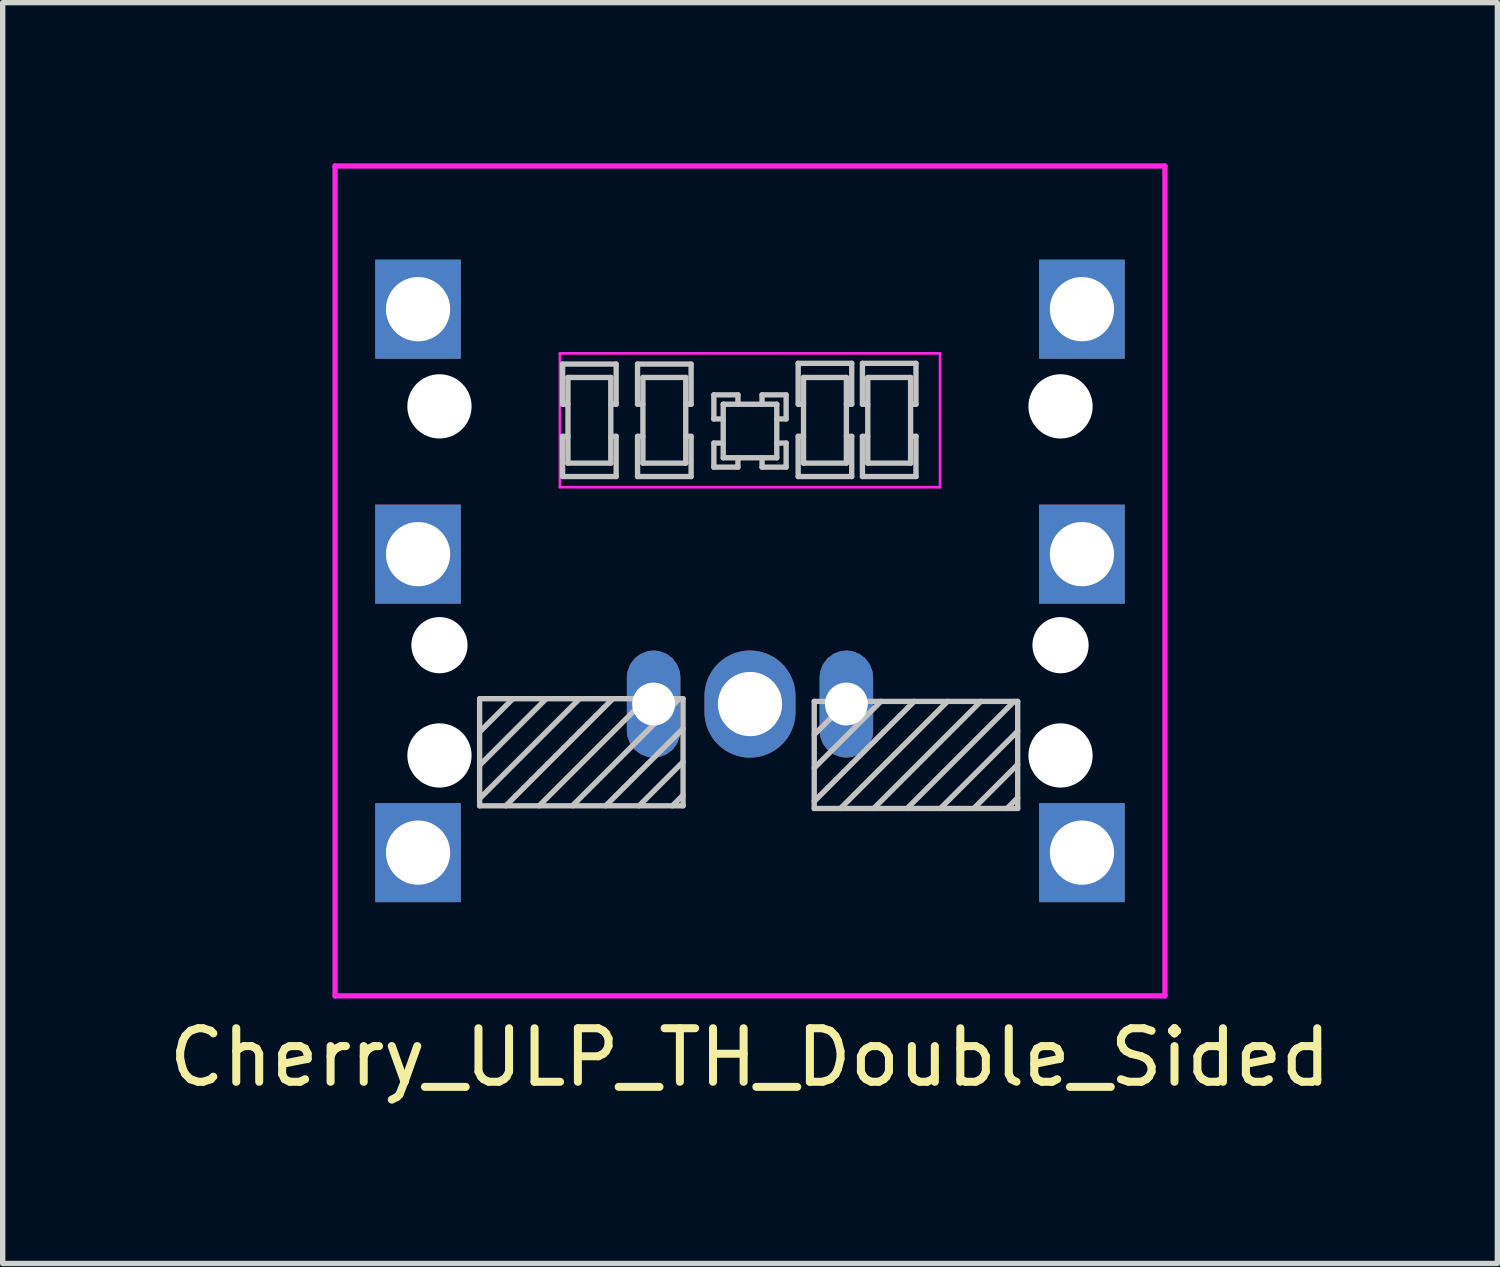
<source format=kicad_pcb>
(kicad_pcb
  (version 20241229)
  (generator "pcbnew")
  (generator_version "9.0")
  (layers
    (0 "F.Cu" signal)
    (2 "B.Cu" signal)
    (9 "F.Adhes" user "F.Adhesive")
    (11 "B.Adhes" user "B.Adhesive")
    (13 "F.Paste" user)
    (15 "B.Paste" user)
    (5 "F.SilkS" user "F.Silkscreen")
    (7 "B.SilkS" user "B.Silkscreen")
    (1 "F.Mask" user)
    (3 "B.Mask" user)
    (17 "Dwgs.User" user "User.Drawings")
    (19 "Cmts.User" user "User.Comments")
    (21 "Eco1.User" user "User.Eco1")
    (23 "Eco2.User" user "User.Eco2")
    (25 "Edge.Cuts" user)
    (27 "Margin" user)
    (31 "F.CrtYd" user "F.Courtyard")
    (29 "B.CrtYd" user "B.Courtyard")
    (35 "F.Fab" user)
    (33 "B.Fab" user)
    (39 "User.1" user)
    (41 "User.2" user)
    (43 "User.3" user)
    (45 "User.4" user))
  (footprint "Cherry_ULP_TH_Double_Sided"
    (layer "F.Cu")
    (at 10.958 7.8)
    (property "Reference" "Cherry_ULP_TH_Double_Sided" (at 0 8.9 0) (layer "F.SilkS") (effects (font (size 1 1) (thickness 0.15))))
    (attr through_hole)
    (fp_line (start -5.05 2.2) (end -1.25 2.2) (stroke (width 0.1) (type solid)) (layer "Dwgs.User"))
    (fp_line (start -5.05 2.822) (end -4.428 2.2) (stroke (width 0.1) (type solid)) (layer "Dwgs.User"))
    (fp_line (start -5.05 3.444) (end -3.806 2.2) (stroke (width 0.1) (type solid)) (layer "Dwgs.User"))
    (fp_line (start -5.05 4.066) (end -3.184 2.2) (stroke (width 0.1) (type solid)) (layer "Dwgs.User"))
    (fp_line (start -5.05 4.2) (end -5.05 2.2) (stroke (width 0.1) (type solid)) (layer "Dwgs.User"))
    (fp_line (start -4.561 4.2) (end -2.561 2.2) (stroke (width 0.1) (type solid)) (layer "Dwgs.User"))
    (fp_line (start -3.939 4.2) (end -1.939 2.2) (stroke (width 0.1) (type solid)) (layer "Dwgs.User"))
    (fp_line (start -3.5 -4.05) (end -3.5 -3.3) (stroke (width 0.1) (type solid)) (layer "Dwgs.User"))
    (fp_line (start -3.5 -3.3) (end -3.4 -3.3) (stroke (width 0.1) (type solid)) (layer "Dwgs.User"))
    (fp_line (start -3.5 -2.7) (end -3.5 -1.95) (stroke (width 0.1) (type solid)) (layer "Dwgs.User"))
    (fp_line (start -3.5 -1.95) (end -2.5 -1.95) (stroke (width 0.1) (type solid)) (layer "Dwgs.User"))
    (fp_line (start -3.4 -3.8) (end -3.4 -2.2) (stroke (width 0.1) (type solid)) (layer "Dwgs.User"))
    (fp_line (start -3.4 -2.7) (end -3.5 -2.7) (stroke (width 0.1) (type solid)) (layer "Dwgs.User"))
    (fp_line (start -3.4 -2.2) (end -2.6 -2.2) (stroke (width 0.1) (type solid)) (layer "Dwgs.User"))
    (fp_line (start -3.317 4.2) (end -1.317 2.2) (stroke (width 0.1) (type solid)) (layer "Dwgs.User"))
    (fp_line (start -2.695 4.2) (end -1.25 2.756) (stroke (width 0.1) (type solid)) (layer "Dwgs.User"))
    (fp_line (start -2.6 -3.8) (end -3.4 -3.8) (stroke (width 0.1) (type solid)) (layer "Dwgs.User"))
    (fp_line (start -2.6 -3.3) (end -2.5 -3.3) (stroke (width 0.1) (type solid)) (layer "Dwgs.User"))
    (fp_line (start -2.6 -2.2) (end -2.6 -3.8) (stroke (width 0.1) (type solid)) (layer "Dwgs.User"))
    (fp_line (start -2.5 -4.05) (end -3.5 -4.05) (stroke (width 0.1) (type solid)) (layer "Dwgs.User"))
    (fp_line (start -2.5 -3.3) (end -2.5 -4.05) (stroke (width 0.1) (type solid)) (layer "Dwgs.User"))
    (fp_line (start -2.5 -2.7) (end -2.6 -2.7) (stroke (width 0.1) (type solid)) (layer "Dwgs.User"))
    (fp_line (start -2.5 -1.95) (end -2.5 -2.7) (stroke (width 0.1) (type solid)) (layer "Dwgs.User"))
    (fp_line (start -2.1 -4.05) (end -2.1 -3.3) (stroke (width 0.1) (type solid)) (layer "Dwgs.User"))
    (fp_line (start -2.1 -3.3) (end -2 -3.3) (stroke (width 0.1) (type solid)) (layer "Dwgs.User"))
    (fp_line (start -2.1 -2.7) (end -2.1 -1.95) (stroke (width 0.1) (type solid)) (layer "Dwgs.User"))
    (fp_line (start -2.1 -1.95) (end -1.1 -1.95) (stroke (width 0.1) (type solid)) (layer "Dwgs.User"))
    (fp_line (start -2.072 4.2) (end -1.25 3.378) (stroke (width 0.1) (type solid)) (layer "Dwgs.User"))
    (fp_line (start -2 -3.8) (end -2 -2.2) (stroke (width 0.1) (type solid)) (layer "Dwgs.User"))
    (fp_line (start -2 -2.7) (end -2.1 -2.7) (stroke (width 0.1) (type solid)) (layer "Dwgs.User"))
    (fp_line (start -2 -2.2) (end -1.2 -2.2) (stroke (width 0.1) (type solid)) (layer "Dwgs.User"))
    (fp_line (start -1.45 4.2) (end -1.25 4) (stroke (width 0.1) (type solid)) (layer "Dwgs.User"))
    (fp_line (start -1.25 2.2) (end -1.25 4.2) (stroke (width 0.1) (type solid)) (layer "Dwgs.User"))
    (fp_line (start -1.25 4.2) (end -5.05 4.2) (stroke (width 0.1) (type solid)) (layer "Dwgs.User"))
    (fp_line (start -1.2 -3.8) (end -2 -3.8) (stroke (width 0.1) (type solid)) (layer "Dwgs.User"))
    (fp_line (start -1.2 -3.3) (end -1.1 -3.3) (stroke (width 0.1) (type solid)) (layer "Dwgs.User"))
    (fp_line (start -1.2 -2.2) (end -1.2 -3.8) (stroke (width 0.1) (type solid)) (layer "Dwgs.User"))
    (fp_line (start -1.1 -4.05) (end -2.1 -4.05) (stroke (width 0.1) (type solid)) (layer "Dwgs.User"))
    (fp_line (start -1.1 -3.3) (end -1.1 -4.05) (stroke (width 0.1) (type solid)) (layer "Dwgs.User"))
    (fp_line (start -1.1 -2.7) (end -1.2 -2.7) (stroke (width 0.1) (type solid)) (layer "Dwgs.User"))
    (fp_line (start -1.1 -1.95) (end -1.1 -2.7) (stroke (width 0.1) (type solid)) (layer "Dwgs.User"))
    (fp_line (start -0.675 -3.475) (end -0.675 -3.025) (stroke (width 0.1) (type solid)) (layer "Dwgs.User"))
    (fp_line (start -0.675 -3.025) (end -0.5 -3.025) (stroke (width 0.1) (type solid)) (layer "Dwgs.User"))
    (fp_line (start -0.675 -2.575) (end -0.675 -2.125) (stroke (width 0.1) (type solid)) (layer "Dwgs.User"))
    (fp_line (start -0.675 -2.125) (end -0.225 -2.125) (stroke (width 0.1) (type solid)) (layer "Dwgs.User"))
    (fp_line (start -0.5 -3.3) (end -0.5 -2.3) (stroke (width 0.1) (type solid)) (layer "Dwgs.User"))
    (fp_line (start -0.5 -2.575) (end -0.675 -2.575) (stroke (width 0.1) (type solid)) (layer "Dwgs.User"))
    (fp_line (start -0.5 -2.3) (end 0.5 -2.3) (stroke (width 0.1) (type solid)) (layer "Dwgs.User"))
    (fp_line (start -0.225 -3.475) (end -0.675 -3.475) (stroke (width 0.1) (type solid)) (layer "Dwgs.User"))
    (fp_line (start -0.225 -3.3) (end -0.225 -3.475) (stroke (width 0.1) (type solid)) (layer "Dwgs.User"))
    (fp_line (start -0.225 -2.125) (end -0.225 -2.3) (stroke (width 0.1) (type solid)) (layer "Dwgs.User"))
    (fp_line (start 0.225 -3.475) (end 0.225 -3.3) (stroke (width 0.1) (type solid)) (layer "Dwgs.User"))
    (fp_line (start 0.225 -2.3) (end 0.225 -2.125) (stroke (width 0.1) (type solid)) (layer "Dwgs.User"))
    (fp_line (start 0.225 -2.125) (end 0.675 -2.125) (stroke (width 0.1) (type solid)) (layer "Dwgs.User"))
    (fp_line (start 0.5 -3.3) (end -0.5 -3.3) (stroke (width 0.1) (type solid)) (layer "Dwgs.User"))
    (fp_line (start 0.5 -3.025) (end 0.675 -3.025) (stroke (width 0.1) (type solid)) (layer "Dwgs.User"))
    (fp_line (start 0.5 -2.3) (end 0.5 -3.3) (stroke (width 0.1) (type solid)) (layer "Dwgs.User"))
    (fp_line (start 0.675 -3.475) (end 0.225 -3.475) (stroke (width 0.1) (type solid)) (layer "Dwgs.User"))
    (fp_line (start 0.675 -3.025) (end 0.675 -3.475) (stroke (width 0.1) (type solid)) (layer "Dwgs.User"))
    (fp_line (start 0.675 -2.575) (end 0.5 -2.575) (stroke (width 0.1) (type solid)) (layer "Dwgs.User"))
    (fp_line (start 0.675 -2.125) (end 0.675 -2.575) (stroke (width 0.1) (type solid)) (layer "Dwgs.User"))
    (fp_line (start 0.9 -4.064) (end 0.9 -3.3) (stroke (width 0.1) (type solid)) (layer "Dwgs.User"))
    (fp_line (start 0.9 -3.3) (end 1 -3.3) (stroke (width 0.1) (type solid)) (layer "Dwgs.User"))
    (fp_line (start 0.9 -2.7) (end 0.9 -1.95) (stroke (width 0.1) (type solid)) (layer "Dwgs.User"))
    (fp_line (start 0.9 -1.95) (end 1.9 -1.95) (stroke (width 0.1) (type solid)) (layer "Dwgs.User"))
    (fp_line (start 1 -3.8) (end 1 -2.2) (stroke (width 0.1) (type solid)) (layer "Dwgs.User"))
    (fp_line (start 1 -2.7) (end 0.9 -2.7) (stroke (width 0.1) (type solid)) (layer "Dwgs.User"))
    (fp_line (start 1 -2.2) (end 1.8 -2.2) (stroke (width 0.1) (type solid)) (layer "Dwgs.User"))
    (fp_line (start 1.2 2.25) (end 5 2.25) (stroke (width 0.1) (type solid)) (layer "Dwgs.User"))
    (fp_line (start 1.2 2.872) (end 1.822 2.25) (stroke (width 0.1) (type solid)) (layer "Dwgs.User"))
    (fp_line (start 1.2 3.495) (end 2.445 2.25) (stroke (width 0.1) (type solid)) (layer "Dwgs.User"))
    (fp_line (start 1.2 4.117) (end 3.067 2.25) (stroke (width 0.1) (type solid)) (layer "Dwgs.User"))
    (fp_line (start 1.2 4.25) (end 1.2 2.25) (stroke (width 0.1) (type solid)) (layer "Dwgs.User"))
    (fp_line (start 1.689 4.25) (end 3.689 2.25) (stroke (width 0.1) (type solid)) (layer "Dwgs.User"))
    (fp_line (start 1.8 -3.8) (end 1 -3.8) (stroke (width 0.1) (type solid)) (layer "Dwgs.User"))
    (fp_line (start 1.8 -3.3) (end 1.9 -3.3) (stroke (width 0.1) (type solid)) (layer "Dwgs.User"))
    (fp_line (start 1.8 -2.2) (end 1.8 -3.8) (stroke (width 0.1) (type solid)) (layer "Dwgs.User"))
    (fp_line (start 1.9 -4.064) (end 0.9 -4.064) (stroke (width 0.1) (type solid)) (layer "Dwgs.User"))
    (fp_line (start 1.9 -3.3) (end 1.9 -4.064) (stroke (width 0.1) (type solid)) (layer "Dwgs.User"))
    (fp_line (start 1.9 -2.7) (end 1.8 -2.7) (stroke (width 0.1) (type solid)) (layer "Dwgs.User"))
    (fp_line (start 1.9 -1.95) (end 1.9 -2.7) (stroke (width 0.1) (type solid)) (layer "Dwgs.User"))
    (fp_line (start 2.1 -4.064) (end 2.1 -3.3) (stroke (width 0.1) (type solid)) (layer "Dwgs.User"))
    (fp_line (start 2.1 -3.3) (end 2.2 -3.3) (stroke (width 0.1) (type solid)) (layer "Dwgs.User"))
    (fp_line (start 2.1 -2.7) (end 2.1 -1.95) (stroke (width 0.1) (type solid)) (layer "Dwgs.User"))
    (fp_line (start 2.1 -1.95) (end 3.1 -1.95) (stroke (width 0.1) (type solid)) (layer "Dwgs.User"))
    (fp_line (start 2.2 -3.8) (end 2.2 -2.2) (stroke (width 0.1) (type solid)) (layer "Dwgs.User"))
    (fp_line (start 2.2 -2.7) (end 2.1 -2.7) (stroke (width 0.1) (type solid)) (layer "Dwgs.User"))
    (fp_line (start 2.2 -2.2) (end 3 -2.2) (stroke (width 0.1) (type solid)) (layer "Dwgs.User"))
    (fp_line (start 2.311 4.25) (end 4.311 2.25) (stroke (width 0.1) (type solid)) (layer "Dwgs.User"))
    (fp_line (start 2.934 4.25) (end 4.934 2.25) (stroke (width 0.1) (type solid)) (layer "Dwgs.User"))
    (fp_line (start 3 -3.8) (end 2.2 -3.8) (stroke (width 0.1) (type solid)) (layer "Dwgs.User"))
    (fp_line (start 3 -3.3) (end 3.1 -3.3) (stroke (width 0.1) (type solid)) (layer "Dwgs.User"))
    (fp_line (start 3 -2.2) (end 3 -3.8) (stroke (width 0.1) (type solid)) (layer "Dwgs.User"))
    (fp_line (start 3.1 -4.064) (end 2.1 -4.064) (stroke (width 0.1) (type solid)) (layer "Dwgs.User"))
    (fp_line (start 3.1 -3.3) (end 3.1 -4.064) (stroke (width 0.1) (type solid)) (layer "Dwgs.User"))
    (fp_line (start 3.1 -2.7) (end 3 -2.7) (stroke (width 0.1) (type solid)) (layer "Dwgs.User"))
    (fp_line (start 3.1 -1.95) (end 3.1 -2.7) (stroke (width 0.1) (type solid)) (layer "Dwgs.User"))
    (fp_line (start 3.556 4.25) (end 5 2.806) (stroke (width 0.1) (type solid)) (layer "Dwgs.User"))
    (fp_line (start 4.178 4.25) (end 5 3.428) (stroke (width 0.1) (type solid)) (layer "Dwgs.User"))
    (fp_line (start 4.8 4.25) (end 5 4.05) (stroke (width 0.1) (type solid)) (layer "Dwgs.User"))
    (fp_line (start 5 2.25) (end 5 4.25) (stroke (width 0.1) (type solid)) (layer "Dwgs.User"))
    (fp_line (start 5 4.25) (end 1.2 4.25) (stroke (width 0.1) (type solid)) (layer "Dwgs.User"))
    (fp_line (start -7.75 -7.75) (end -7.75 7.75) (stroke (width 0.1) (type solid)) (layer "F.CrtYd"))
    (fp_line (start -7.75 7.75) (end 7.75 7.75) (stroke (width 0.1) (type solid)) (layer "F.CrtYd"))
    (fp_line (start -3.55 -4.25) (end -3.55 -1.75) (stroke (width 0.05) (type solid)) (layer "F.CrtYd"))
    (fp_line (start -3.55 -1.75) (end 3.55 -1.75) (stroke (width 0.05) (type solid)) (layer "F.CrtYd"))
    (fp_line (start 3.55 -4.25) (end -3.55 -4.25) (stroke (width 0.05) (type solid)) (layer "F.CrtYd"))
    (fp_line (start 3.55 -1.75) (end 3.55 -4.25) (stroke (width 0.05) (type solid)) (layer "F.CrtYd"))
    (fp_line (start 7.75 -7.75) (end -7.75 -7.75) (stroke (width 0.1) (type solid)) (layer "F.CrtYd"))
    (fp_line (start 7.75 7.75) (end 7.75 -7.75) (stroke (width 0.1) (type solid)) (layer "F.CrtYd"))
    (pad "" np_thru_hole circle (at -5.8 -3.26) (size 1.2 1.2) (drill 1.2) (layers "*.Cu" "*.Mask"))
    (pad "" np_thru_hole circle (at -5.8 1.2) (size 1.05 1.05) (drill 1.05) (layers "*.Cu" "*.Mask"))
    (pad "" np_thru_hole circle (at -5.8 3.26) (size 1.2 1.2) (drill 1.2) (layers "*.Cu" "*.Mask"))
    (pad "" np_thru_hole circle (at 5.8 -3.26) (size 1.2 1.2) (drill 1.2) (layers "*.Cu" "*.Mask"))
    (pad "" np_thru_hole circle (at 5.8 1.2) (size 1.05 1.05) (drill 1.05) (layers "*.Cu" "*.Mask"))
    (pad "" np_thru_hole circle (at 5.8 3.26) (size 1.2 1.2) (drill 1.2) (layers "*.Cu" "*.Mask"))
    (pad "1" thru_hole oval (at 0 2.3) (size 1.7 2) (drill 1.2) (layers "*.Cu" "*.Mask"))
    (pad "2" thru_hole roundrect (at -1.8 2.3) (size 1 2) (drill 0.8) (layers "*.Cu" "*.Mask") (roundrect_rratio 0.5))
    (pad "2" thru_hole roundrect (at 1.8 2.3) (size 1 2) (drill 0.8) (layers "*.Cu" "*.Mask") (roundrect_rratio 0.5))
    (pad "3" thru_hole rect (at -6.2 -5.075) (size 1.6 1.85) (drill 1.2) (layers "*.Cu" "*.Mask"))
    (pad "3" thru_hole rect (at -6.2 -0.5) (size 1.6 1.85) (drill 1.2) (layers "*.Cu" "*.Mask"))
    (pad "3" thru_hole rect (at -6.2 5.075) (size 1.6 1.85) (drill 1.2) (layers "*.Cu" "*.Mask"))
    (pad "3" thru_hole rect (at 6.2 -5.075) (size 1.6 1.85) (drill 1.2) (layers "*.Cu" "*.Mask"))
    (pad "3" thru_hole rect (at 6.2 -0.5) (size 1.6 1.85) (drill 1.2) (layers "*.Cu" "*.Mask"))
    (pad "3" thru_hole rect (at 6.2 5.075) (size 1.6 1.85) (drill 1.2) (layers "*.Cu" "*.Mask")))
  (gr_rect
    (start -3 -3)
    (end 24.917 20.548)
    (stroke (width 0.1) (type default))
    (fill no)
    (layer "Edge.Cuts")))
</source>
